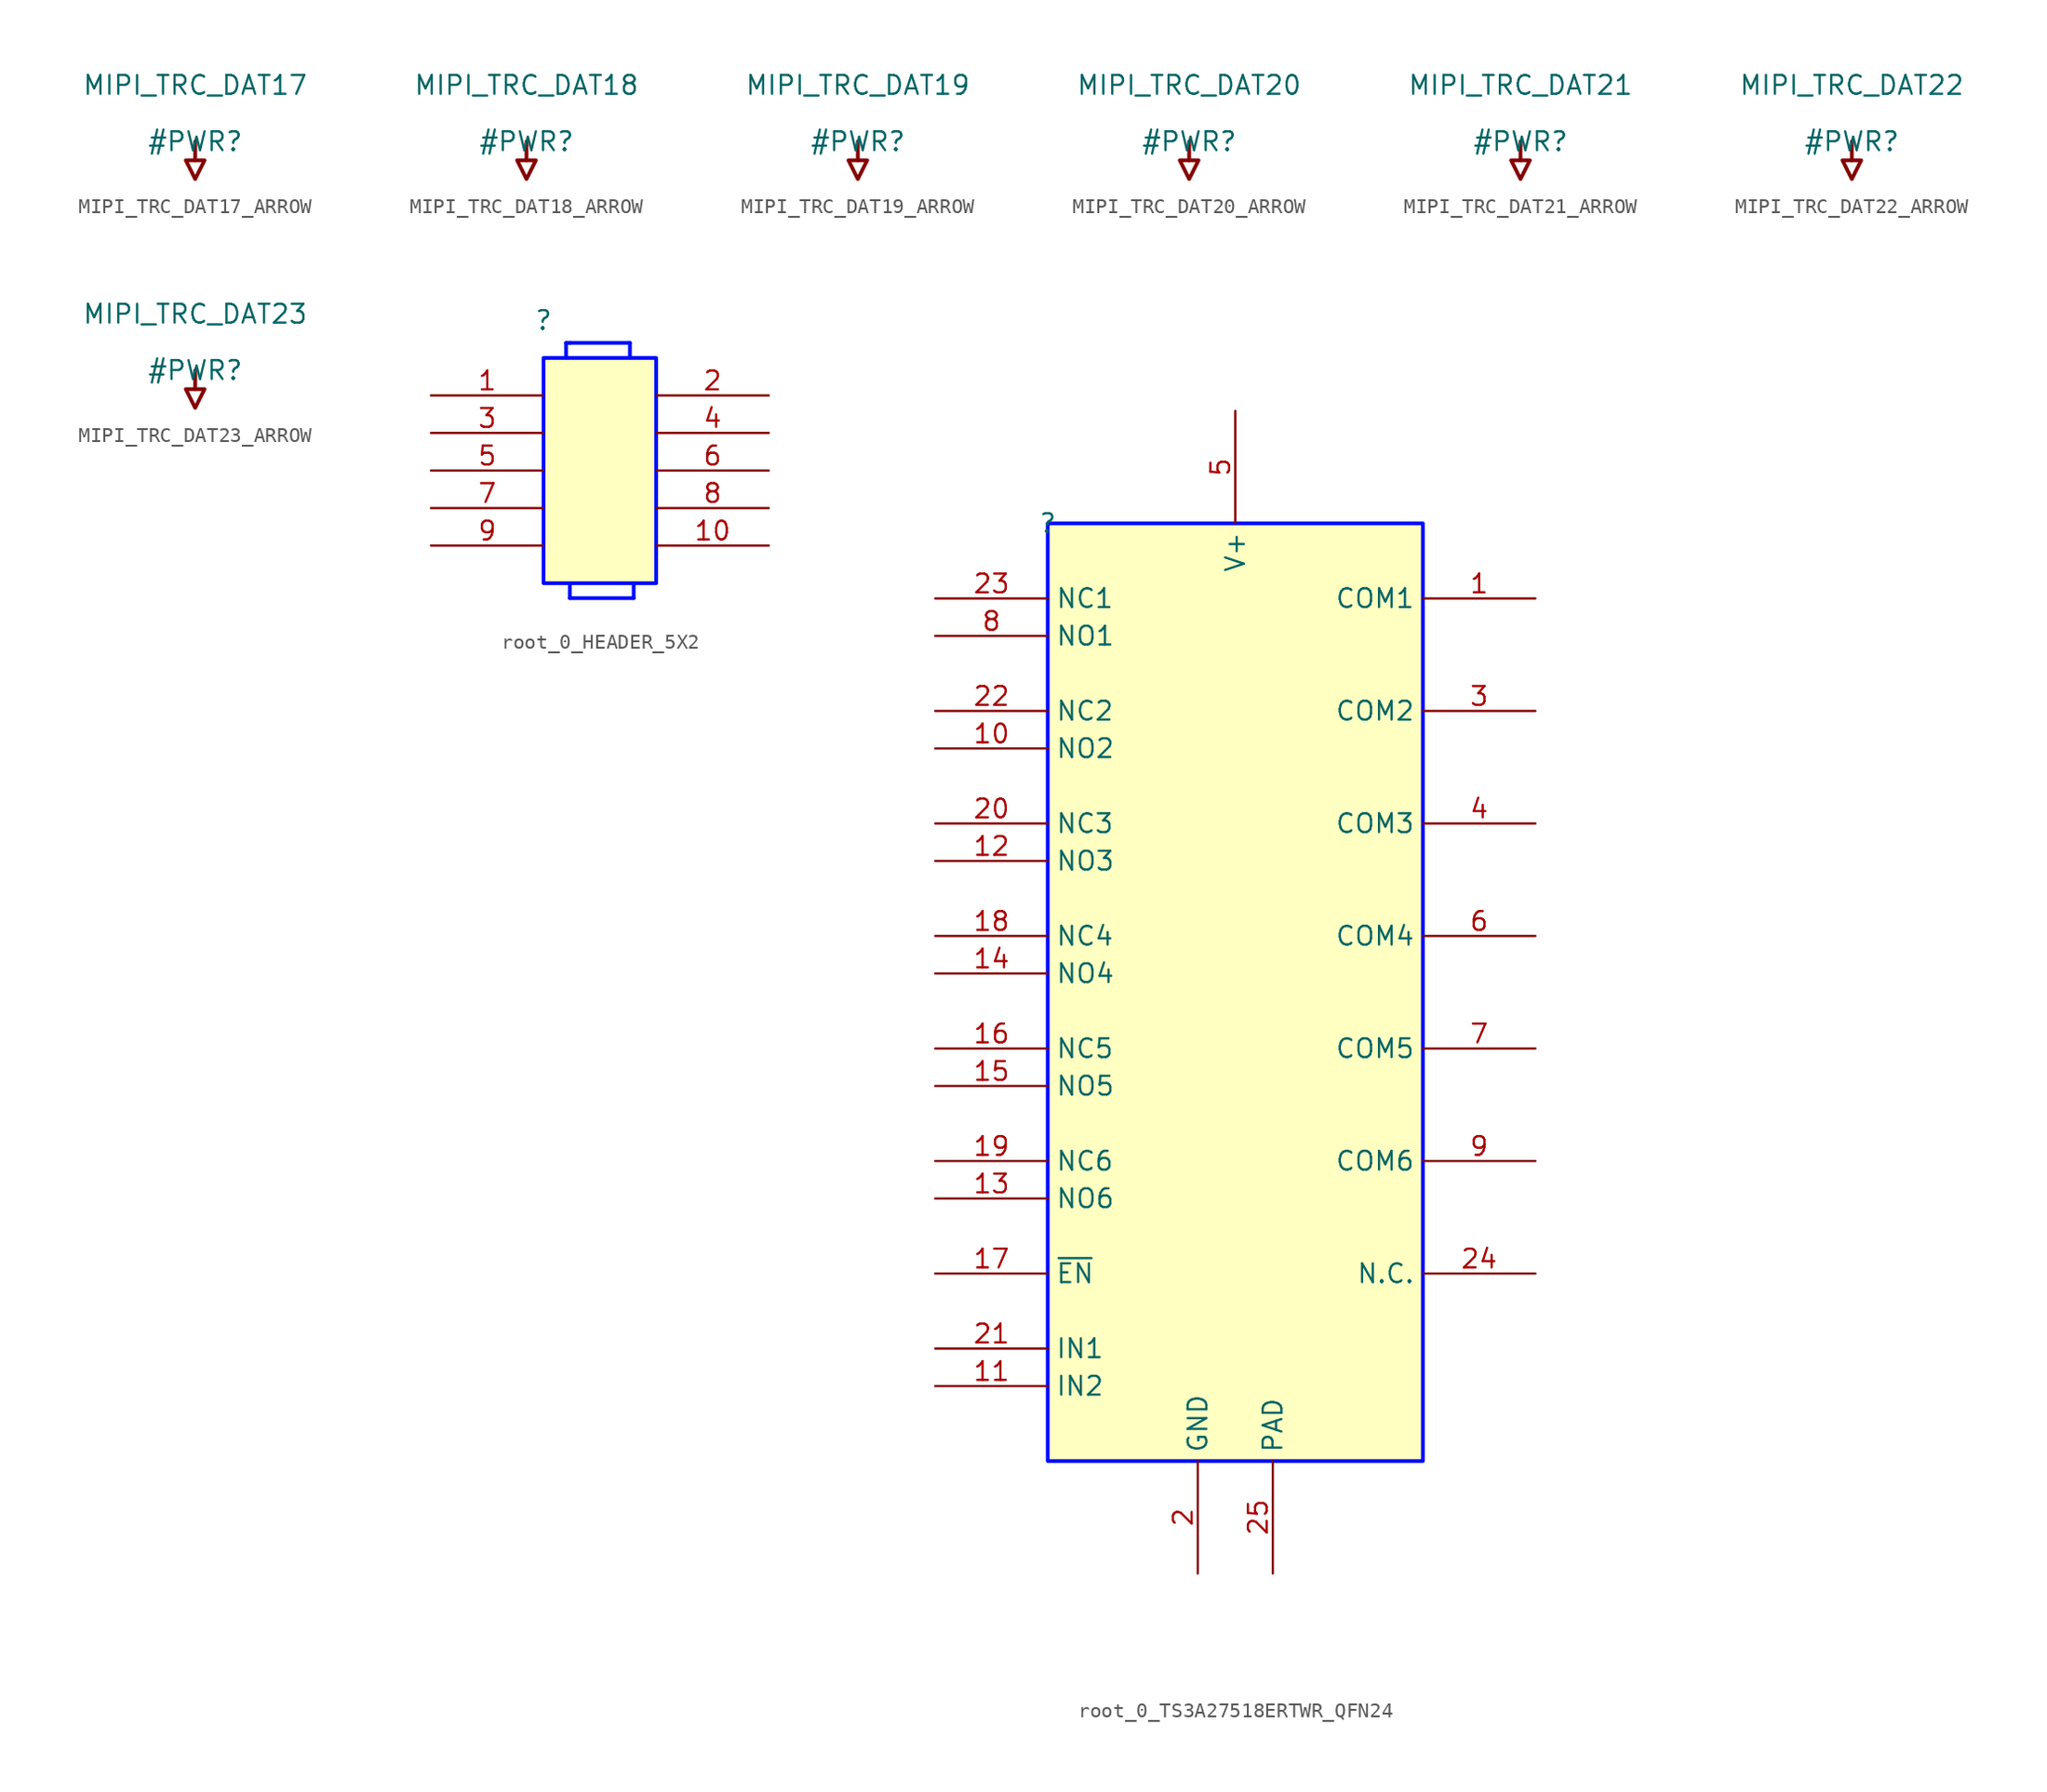
<source format=kicad_sym>
(kicad_symbol_lib
  (version 20231120)
  (generator "kicad_symbol_editor")
  (generator_version "8.0")
  (symbol "MIPI_TRC_DAT17_ARROW"
    (power)
    (property "Reference" "#PWR"
      (at 0 0 0)
      (effects (font (size 1.27 1.27))))
    (property "Value" "MIPI_TRC_DAT17"
      (at 0 3.81 0)
      (effects (font (size 1.27 1.27))))
    (symbol "MIPI_TRC_DAT17_ARROW_0_0"
      (polyline (pts (xy 0 0) (xy 0 -1.27)) (stroke (width 0.254) (type solid)) (fill (type none)))
      (polyline (pts (xy -0.635 -1.27) (xy 0.635 -1.27) (xy 0 -2.54) (xy -0.635 -1.27)) (stroke (width 0.254) (type solid)) (fill (type none)))
      (pin power_in line (at 0 0 0) (length 0) hide (name "MIPI_TRC_DAT17" (effects (font (size 1.27 1.27)))) (number "" (effects (font (size 1.27 1.27)))))))
  (symbol "MIPI_TRC_DAT18_ARROW"
    (power)
    (property "Reference" "#PWR"
      (at 0 0 0)
      (effects (font (size 1.27 1.27))))
    (property "Value" "MIPI_TRC_DAT18"
      (at 0 3.81 0)
      (effects (font (size 1.27 1.27))))
    (symbol "MIPI_TRC_DAT18_ARROW_0_0"
      (polyline (pts (xy 0 0) (xy 0 -1.27)) (stroke (width 0.254) (type solid)) (fill (type none)))
      (polyline (pts (xy -0.635 -1.27) (xy 0.635 -1.27) (xy 0 -2.54) (xy -0.635 -1.27)) (stroke (width 0.254) (type solid)) (fill (type none)))
      (pin power_in line (at 0 0 0) (length 0) hide (name "MIPI_TRC_DAT18" (effects (font (size 1.27 1.27)))) (number "" (effects (font (size 1.27 1.27)))))))
  (symbol "MIPI_TRC_DAT19_ARROW"
    (power)
    (property "Reference" "#PWR"
      (at 0 0 0)
      (effects (font (size 1.27 1.27))))
    (property "Value" "MIPI_TRC_DAT19"
      (at 0 3.81 0)
      (effects (font (size 1.27 1.27))))
    (symbol "MIPI_TRC_DAT19_ARROW_0_0"
      (polyline (pts (xy 0 0) (xy 0 -1.27)) (stroke (width 0.254) (type solid)) (fill (type none)))
      (polyline (pts (xy -0.635 -1.27) (xy 0.635 -1.27) (xy 0 -2.54) (xy -0.635 -1.27)) (stroke (width 0.254) (type solid)) (fill (type none)))
      (pin power_in line (at 0 0 0) (length 0) hide (name "MIPI_TRC_DAT19" (effects (font (size 1.27 1.27)))) (number "" (effects (font (size 1.27 1.27)))))))
  (symbol "MIPI_TRC_DAT20_ARROW"
    (power)
    (property "Reference" "#PWR"
      (at 0 0 0)
      (effects (font (size 1.27 1.27))))
    (property "Value" "MIPI_TRC_DAT20"
      (at 0 3.81 0)
      (effects (font (size 1.27 1.27))))
    (symbol "MIPI_TRC_DAT20_ARROW_0_0"
      (polyline (pts (xy 0 0) (xy 0 -1.27)) (stroke (width 0.254) (type solid)) (fill (type none)))
      (polyline (pts (xy -0.635 -1.27) (xy 0.635 -1.27) (xy 0 -2.54) (xy -0.635 -1.27)) (stroke (width 0.254) (type solid)) (fill (type none)))
      (pin power_in line (at 0 0 0) (length 0) hide (name "MIPI_TRC_DAT20" (effects (font (size 1.27 1.27)))) (number "" (effects (font (size 1.27 1.27)))))))
  (symbol "MIPI_TRC_DAT21_ARROW"
    (power)
    (property "Reference" "#PWR"
      (at 0 0 0)
      (effects (font (size 1.27 1.27))))
    (property "Value" "MIPI_TRC_DAT21"
      (at 0 3.81 0)
      (effects (font (size 1.27 1.27))))
    (symbol "MIPI_TRC_DAT21_ARROW_0_0"
      (polyline (pts (xy 0 0) (xy 0 -1.27)) (stroke (width 0.254) (type solid)) (fill (type none)))
      (polyline (pts (xy -0.635 -1.27) (xy 0.635 -1.27) (xy 0 -2.54) (xy -0.635 -1.27)) (stroke (width 0.254) (type solid)) (fill (type none)))
      (pin power_in line (at 0 0 0) (length 0) hide (name "MIPI_TRC_DAT21" (effects (font (size 1.27 1.27)))) (number "" (effects (font (size 1.27 1.27)))))))
  (symbol "MIPI_TRC_DAT22_ARROW"
    (power)
    (property "Reference" "#PWR"
      (at 0 0 0)
      (effects (font (size 1.27 1.27))))
    (property "Value" "MIPI_TRC_DAT22"
      (at 0 3.81 0)
      (effects (font (size 1.27 1.27))))
    (symbol "MIPI_TRC_DAT22_ARROW_0_0"
      (polyline (pts (xy 0 0) (xy 0 -1.27)) (stroke (width 0.254) (type solid)) (fill (type none)))
      (polyline (pts (xy -0.635 -1.27) (xy 0.635 -1.27) (xy 0 -2.54) (xy -0.635 -1.27)) (stroke (width 0.254) (type solid)) (fill (type none)))
      (pin power_in line (at 0 0 0) (length 0) hide (name "MIPI_TRC_DAT22" (effects (font (size 1.27 1.27)))) (number "" (effects (font (size 1.27 1.27)))))))
  (symbol "MIPI_TRC_DAT23_ARROW"
    (power)
    (property "Reference" "#PWR"
      (at 0 0 0)
      (effects (font (size 1.27 1.27))))
    (property "Value" "MIPI_TRC_DAT23"
      (at 0 3.81 0)
      (effects (font (size 1.27 1.27))))
    (symbol "MIPI_TRC_DAT23_ARROW_0_0"
      (polyline (pts (xy 0 0) (xy 0 -1.27)) (stroke (width 0.254) (type solid)) (fill (type none)))
      (polyline (pts (xy -0.635 -1.27) (xy 0.635 -1.27) (xy 0 -2.54) (xy -0.635 -1.27)) (stroke (width 0.254) (type solid)) (fill (type none)))
      (pin power_in line (at 0 0 0) (length 0) hide (name "MIPI_TRC_DAT23" (effects (font (size 1.27 1.27)))) (number "" (effects (font (size 1.27 1.27)))))))
  (symbol "root_0_HEADER_5X2"
    (property "Reference" ""
      (at 0 0 0)
      (effects (font (size 1.27 1.27))))
    (property "Value" ""
      (at 0 0 0)
      (effects (font (size 1.27 1.27))))
    (symbol "root_0_HEADER_5X2_1_0"
      (polyline (pts (xy 1.524 -2.54) (xy 1.524 -1.524)) (stroke (width 0.254) (type solid) (color 0 11 255 1)) (fill (type none)))
      (polyline (pts (xy 1.524 -1.524) (xy 1.778 -1.524)) (stroke (width 0.254) (type solid) (color 0 11 255 1)) (fill (type none)))
      (polyline (pts (xy 1.778 -18.796) (xy 1.778 -17.78)) (stroke (width 0.254) (type solid) (color 0 11 255 1)) (fill (type none)))
      (polyline (pts (xy 1.778 -18.796) (xy 6.096 -18.796)) (stroke (width 0.254) (type solid) (color 0 11 255 1)) (fill (type none)))
      (polyline (pts (xy 1.778 -1.524) (xy 5.842 -1.524)) (stroke (width 0.254) (type solid) (color 0 11 255 1)) (fill (type none)))
      (polyline (pts (xy 5.842 -1.524) (xy 5.842 -2.54)) (stroke (width 0.254) (type solid) (color 0 11 255 1)) (fill (type none)))
      (polyline (pts (xy 6.096 -17.78) (xy 6.096 -18.796)) (stroke (width 0.254) (type solid) (color 0 11 255 1)) (fill (type none)))
      (rectangle (start 7.62 -2.54) (end 0 -17.78) (stroke (width 0.254) (type solid) (color 0 11 255 1)) (fill (type background)))
      (pin passive line (at -7.62 -5.08 0) (length 7.62) (name "1" (effects (font (size 0 0)))) (number "1" (effects (font (size 1.27 1.27)))))
      (pin passive line (at 15.24 -15.24 180) (length 7.62) (name "10" (effects (font (size 0 0)))) (number "10" (effects (font (size 1.27 1.27)))))
      (pin passive line (at 15.24 -5.08 180) (length 7.62) (name "2" (effects (font (size 0 0)))) (number "2" (effects (font (size 1.27 1.27)))))
      (pin passive line (at -7.62 -7.62 0) (length 7.62) (name "3" (effects (font (size 0 0)))) (number "3" (effects (font (size 1.27 1.27)))))
      (pin passive line (at 15.24 -7.62 180) (length 7.62) (name "4" (effects (font (size 0 0)))) (number "4" (effects (font (size 1.27 1.27)))))
      (pin passive line (at -7.62 -10.16 0) (length 7.62) (name "5" (effects (font (size 0 0)))) (number "5" (effects (font (size 1.27 1.27)))))
      (pin passive line (at 15.24 -10.16 180) (length 7.62) (name "6" (effects (font (size 0 0)))) (number "6" (effects (font (size 1.27 1.27)))))
      (pin passive line (at -7.62 -12.7 0) (length 7.62) (name "7" (effects (font (size 0 0)))) (number "7" (effects (font (size 1.27 1.27)))))
      (pin passive line (at 15.24 -12.7 180) (length 7.62) (name "8" (effects (font (size 0 0)))) (number "8" (effects (font (size 1.27 1.27)))))
      (pin passive line (at -7.62 -15.24 0) (length 7.62) (name "9" (effects (font (size 0 0)))) (number "9" (effects (font (size 1.27 1.27)))))))
  (symbol "root_0_TS3A27518ERTWR_QFN24"
    (property "Reference" ""
      (at 0 0 0)
      (effects (font (size 1.27 1.27))))
    (property "Value" ""
      (at 0 0 0)
      (effects (font (size 1.27 1.27))))
    (symbol "root_0_TS3A27518ERTWR_QFN24_1_0"
      (rectangle (start 25.4 0) (end 0 -63.5) (stroke (width 0.254) (type solid) (color 0 11 255 1)) (fill (type background)))
      (pin passive line (at 33.02 -5.08 180) (length 7.62) (name "COM1" (effects (font (size 1.27 1.27)))) (number "1" (effects (font (size 1.27 1.27)))))
      (pin passive line (at -7.62 -15.24 0) (length 7.62) (name "NO2" (effects (font (size 1.27 1.27)))) (number "10" (effects (font (size 1.27 1.27)))))
      (pin input line (at -7.62 -58.42 0) (length 7.62) (name "IN2" (effects (font (size 1.27 1.27)))) (number "11" (effects (font (size 1.27 1.27)))))
      (pin passive line (at -7.62 -22.86 0) (length 7.62) (name "NO3" (effects (font (size 1.27 1.27)))) (number "12" (effects (font (size 1.27 1.27)))))
      (pin passive line (at -7.62 -45.72 0) (length 7.62) (name "NO6" (effects (font (size 1.27 1.27)))) (number "13" (effects (font (size 1.27 1.27)))))
      (pin passive line (at -7.62 -30.48 0) (length 7.62) (name "NO4" (effects (font (size 1.27 1.27)))) (number "14" (effects (font (size 1.27 1.27)))))
      (pin passive line (at -7.62 -38.1 0) (length 7.62) (name "NO5" (effects (font (size 1.27 1.27)))) (number "15" (effects (font (size 1.27 1.27)))))
      (pin passive line (at -7.62 -35.56 0) (length 7.62) (name "NC5" (effects (font (size 1.27 1.27)))) (number "16" (effects (font (size 1.27 1.27)))))
      (pin input line (at -7.62 -50.8 0) (length 7.62) (name "~{EN}" (effects (font (size 1.27 1.27)))) (number "17" (effects (font (size 1.27 1.27)))))
      (pin passive line (at -7.62 -27.94 0) (length 7.62) (name "NC4" (effects (font (size 1.27 1.27)))) (number "18" (effects (font (size 1.27 1.27)))))
      (pin passive line (at -7.62 -43.18 0) (length 7.62) (name "NC6" (effects (font (size 1.27 1.27)))) (number "19" (effects (font (size 1.27 1.27)))))
      (pin power_in line (at 10.16 -71.12 90) (length 7.62) (name "GND" (effects (font (size 1.27 1.27)))) (number "2" (effects (font (size 1.27 1.27)))))
      (pin passive line (at -7.62 -20.32 0) (length 7.62) (name "NC3" (effects (font (size 1.27 1.27)))) (number "20" (effects (font (size 1.27 1.27)))))
      (pin input line (at -7.62 -55.88 0) (length 7.62) (name "IN1" (effects (font (size 1.27 1.27)))) (number "21" (effects (font (size 1.27 1.27)))))
      (pin passive line (at -7.62 -12.7 0) (length 7.62) (name "NC2" (effects (font (size 1.27 1.27)))) (number "22" (effects (font (size 1.27 1.27)))))
      (pin passive line (at -7.62 -5.08 0) (length 7.62) (name "NC1" (effects (font (size 1.27 1.27)))) (number "23" (effects (font (size 1.27 1.27)))))
      (pin passive line (at 33.02 -50.8 180) (length 7.62) (name "N.C." (effects (font (size 1.27 1.27)))) (number "24" (effects (font (size 1.27 1.27)))))
      (pin power_in line (at 15.24 -71.12 90) (length 7.62) (name "PAD" (effects (font (size 1.27 1.27)))) (number "25" (effects (font (size 1.27 1.27)))))
      (pin passive line (at 33.02 -12.7 180) (length 7.62) (name "COM2" (effects (font (size 1.27 1.27)))) (number "3" (effects (font (size 1.27 1.27)))))
      (pin passive line (at 33.02 -20.32 180) (length 7.62) (name "COM3" (effects (font (size 1.27 1.27)))) (number "4" (effects (font (size 1.27 1.27)))))
      (pin power_in line (at 12.7 7.62 270) (length 7.62) (name "V+" (effects (font (size 1.27 1.27)))) (number "5" (effects (font (size 1.27 1.27)))))
      (pin passive line (at 33.02 -27.94 180) (length 7.62) (name "COM4" (effects (font (size 1.27 1.27)))) (number "6" (effects (font (size 1.27 1.27)))))
      (pin passive line (at 33.02 -35.56 180) (length 7.62) (name "COM5" (effects (font (size 1.27 1.27)))) (number "7" (effects (font (size 1.27 1.27)))))
      (pin passive line (at -7.62 -7.62 0) (length 7.62) (name "NO1" (effects (font (size 1.27 1.27)))) (number "8" (effects (font (size 1.27 1.27)))))
      (pin passive line (at 33.02 -43.18 180) (length 7.62) (name "COM6" (effects (font (size 1.27 1.27)))) (number "9" (effects (font (size 1.27 1.27))))))))
</source>
